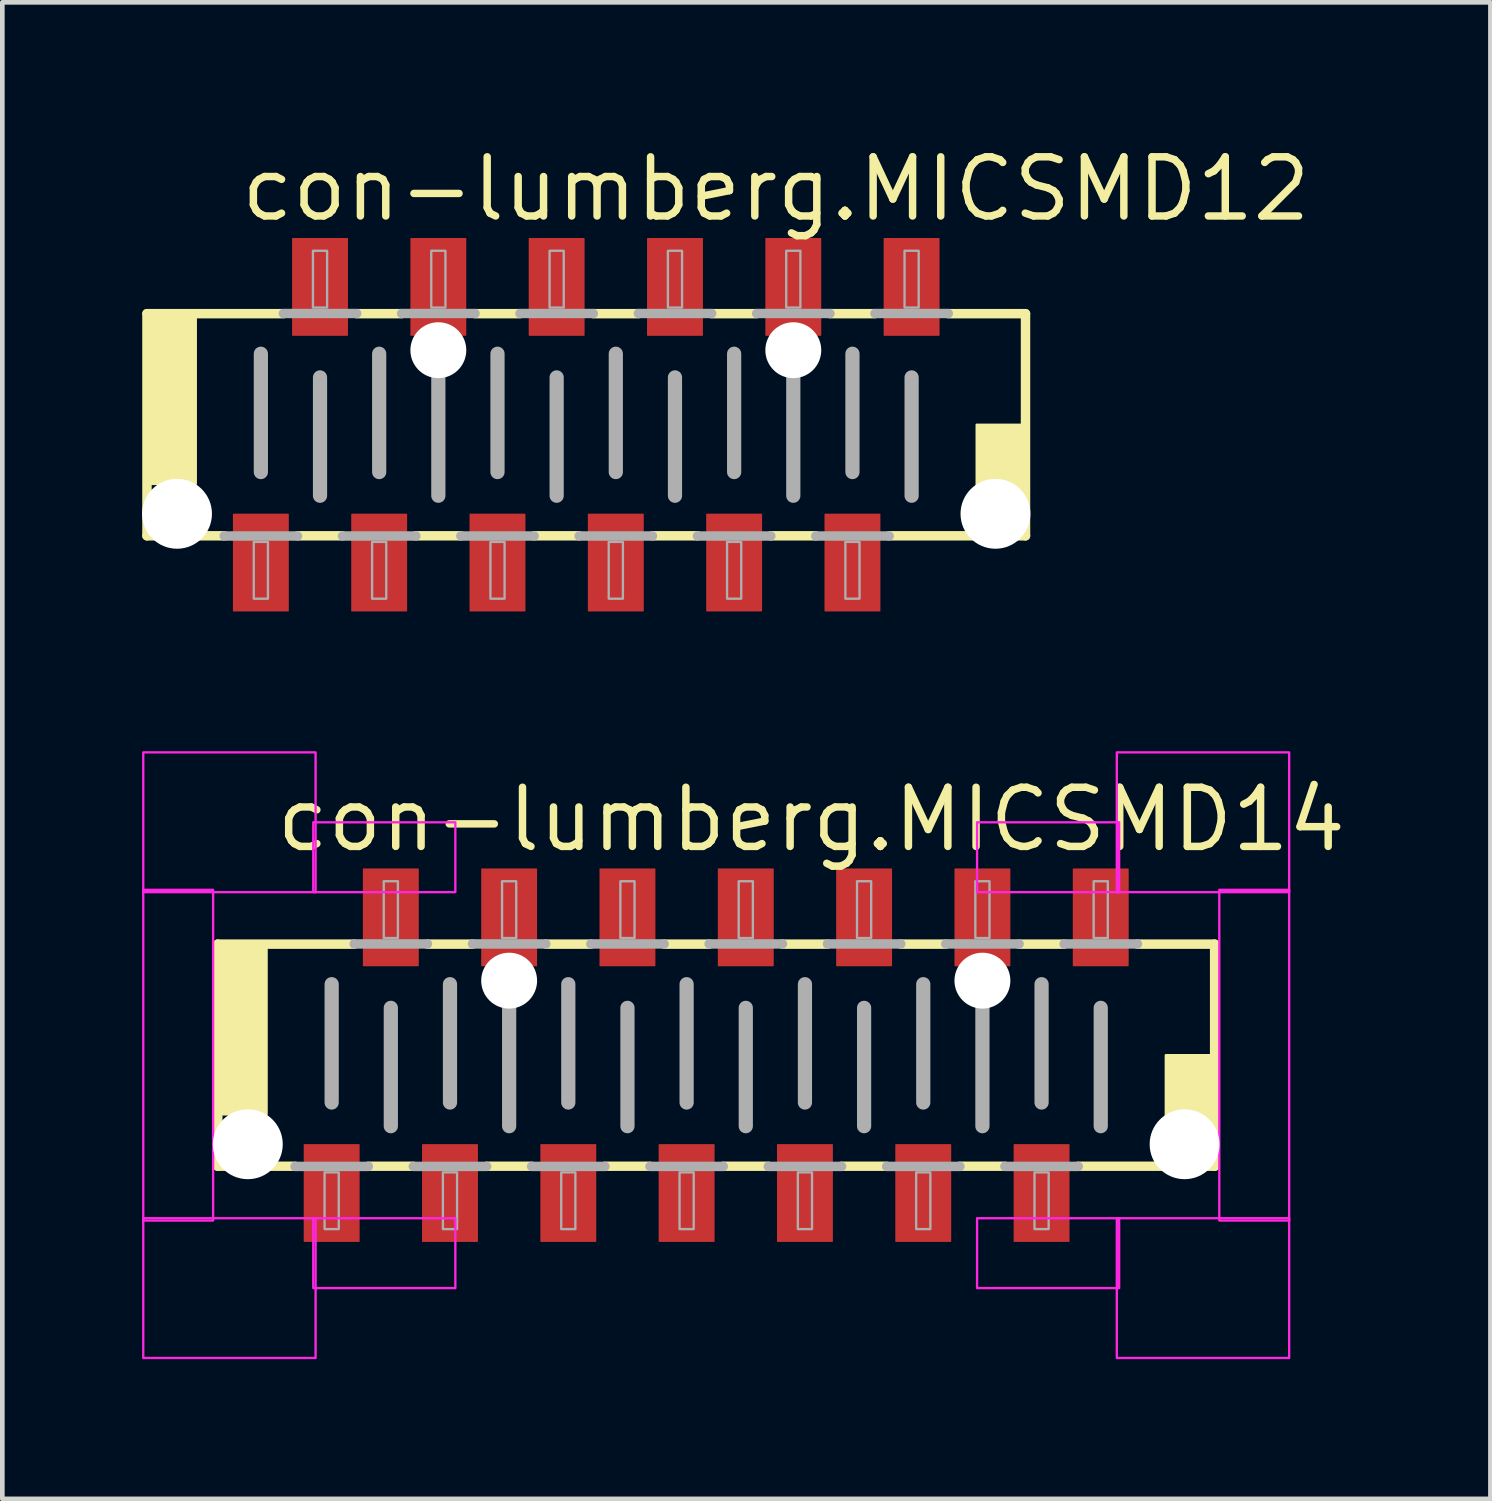
<source format=kicad_pcb>
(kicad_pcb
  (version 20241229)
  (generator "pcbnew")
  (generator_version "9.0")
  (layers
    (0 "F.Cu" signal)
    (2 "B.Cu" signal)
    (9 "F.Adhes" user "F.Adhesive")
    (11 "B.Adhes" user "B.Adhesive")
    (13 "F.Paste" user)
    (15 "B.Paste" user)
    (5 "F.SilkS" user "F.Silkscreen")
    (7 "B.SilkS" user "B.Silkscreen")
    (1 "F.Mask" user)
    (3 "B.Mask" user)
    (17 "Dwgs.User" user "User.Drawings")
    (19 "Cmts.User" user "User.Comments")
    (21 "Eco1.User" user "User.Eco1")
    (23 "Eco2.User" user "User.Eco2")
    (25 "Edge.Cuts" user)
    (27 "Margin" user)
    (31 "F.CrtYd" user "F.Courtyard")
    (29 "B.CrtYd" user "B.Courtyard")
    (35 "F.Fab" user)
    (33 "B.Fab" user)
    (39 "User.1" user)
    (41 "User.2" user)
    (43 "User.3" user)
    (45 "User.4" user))
  (footprint "con-lumberg.MICSMD14"
    (layer "F.Cu")
    (at 12.325 19.602)
    (property "Reference" "con-lumberg.MICSMD14" (at -9.525 -4.318 0) (layer "F.SilkS") (effects (font (size 1.27 1.27) (thickness 0.16)) (justify left bottom)))
    (attr smd)
    (fp_line (start -10.7 -2.384) (end -7.772 -2.384) (stroke (width 0.203) (type default)) (layer "F.SilkS"))
    (fp_line (start -10.7 2.384) (end -10.7 -2.384) (stroke (width 0.203) (type default)) (layer "F.SilkS"))
    (fp_line (start -9.042 2.384) (end -10.7 2.384) (stroke (width 0.203) (type default)) (layer "F.SilkS"))
    (fp_line (start -6.502 2.384) (end -7.468 2.384) (stroke (width 0.203) (type default)) (layer "F.SilkS"))
    (fp_line (start -6.198 -2.384) (end -5.232 -2.384) (stroke (width 0.203) (type default)) (layer "F.SilkS"))
    (fp_line (start -3.962 2.384) (end -4.928 2.384) (stroke (width 0.203) (type default)) (layer "F.SilkS"))
    (fp_line (start -3.658 -2.384) (end -2.692 -2.384) (stroke (width 0.203) (type default)) (layer "F.SilkS"))
    (fp_line (start -1.422 2.384) (end -2.388 2.384) (stroke (width 0.203) (type default)) (layer "F.SilkS"))
    (fp_line (start -1.118 -2.384) (end -0.152 -2.384) (stroke (width 0.203) (type default)) (layer "F.SilkS"))
    (fp_line (start 1.118 2.384) (end 0.152 2.384) (stroke (width 0.203) (type default)) (layer "F.SilkS"))
    (fp_line (start 1.422 -2.384) (end 2.388 -2.384) (stroke (width 0.203) (type default)) (layer "F.SilkS"))
    (fp_line (start 3.658 2.384) (end 2.692 2.384) (stroke (width 0.203) (type default)) (layer "F.SilkS"))
    (fp_line (start 3.962 -2.384) (end 4.928 -2.384) (stroke (width 0.203) (type default)) (layer "F.SilkS"))
    (fp_line (start 6.198 2.384) (end 5.232 2.384) (stroke (width 0.203) (type default)) (layer "F.SilkS"))
    (fp_line (start 6.502 -2.384) (end 7.468 -2.384) (stroke (width 0.203) (type default)) (layer "F.SilkS"))
    (fp_line (start 9.042 -2.384) (end 10.7 -2.384) (stroke (width 0.203) (type default)) (layer "F.SilkS"))
    (fp_line (start 10.7 -2.384) (end 10.7 2.384) (stroke (width 0.203) (type default)) (layer "F.SilkS"))
    (fp_line (start 10.7 2.384) (end 7.772 2.384) (stroke (width 0.203) (type default)) (layer "F.SilkS"))
    (fp_rect (start -10.668 1.27) (end -9.652 -2.286) (stroke (width 0.05) (type default)) (fill yes) (layer "F.SilkS"))
    (fp_rect (start 9.652 2.286) (end 10.668 0) (stroke (width 0.05) (type default)) (fill yes) (layer "F.SilkS"))
    (fp_rect (start -12.3 -3.5) (end -8.6 -6.5) (stroke (width 0.05) (type default)) (fill no) (layer "F.CrtYd"))
    (fp_rect (start -12.3 3.55) (end -10.8 -3.55) (stroke (width 0.05) (type default)) (fill no) (layer "F.CrtYd"))
    (fp_rect (start -12.3 6.5) (end -8.6 3.5) (stroke (width 0.05) (type default)) (fill no) (layer "F.CrtYd"))
    (fp_rect (start -8.65 -3.5) (end -5.6 -5) (stroke (width 0.05) (type default)) (fill no) (layer "F.CrtYd"))
    (fp_rect (start -8.65 5) (end -5.6 3.5) (stroke (width 0.05) (type default)) (fill no) (layer "F.CrtYd"))
    (fp_rect (start 5.6 -3.5) (end 8.65 -5) (stroke (width 0.05) (type default)) (fill no) (layer "F.CrtYd"))
    (fp_rect (start 5.6 5) (end 8.65 3.5) (stroke (width 0.05) (type default)) (fill no) (layer "F.CrtYd"))
    (fp_rect (start 8.6 -3.5) (end 12.3 -6.5) (stroke (width 0.05) (type default)) (fill no) (layer "F.CrtYd"))
    (fp_rect (start 8.6 6.5) (end 12.3 3.5) (stroke (width 0.05) (type default)) (fill no) (layer "F.CrtYd"))
    (fp_rect (start 10.8 3.55) (end 12.3 -3.55) (stroke (width 0.05) (type default)) (fill no) (layer "F.CrtYd"))
    (fp_line (start -8.255 -1.524) (end -8.255 1.016) (stroke (width 0.305) (type default)) (layer "F.Fab"))
    (fp_line (start -7.772 -2.388) (end -6.198 -2.388) (stroke (width 0.203) (type default)) (layer "F.Fab"))
    (fp_line (start -7.468 2.388) (end -9.042 2.388) (stroke (width 0.203) (type default)) (layer "F.Fab"))
    (fp_line (start -6.985 -1.016) (end -6.985 1.524) (stroke (width 0.305) (type default)) (layer "F.Fab"))
    (fp_line (start -5.715 -1.524) (end -5.715 1.016) (stroke (width 0.305) (type default)) (layer "F.Fab"))
    (fp_line (start -5.232 -2.388) (end -3.658 -2.388) (stroke (width 0.203) (type default)) (layer "F.Fab"))
    (fp_line (start -4.928 2.388) (end -6.502 2.388) (stroke (width 0.203) (type default)) (layer "F.Fab"))
    (fp_line (start -4.445 -1.016) (end -4.445 1.524) (stroke (width 0.305) (type default)) (layer "F.Fab"))
    (fp_line (start -3.175 -1.524) (end -3.175 1.016) (stroke (width 0.305) (type default)) (layer "F.Fab"))
    (fp_line (start -2.692 -2.388) (end -1.118 -2.388) (stroke (width 0.203) (type default)) (layer "F.Fab"))
    (fp_line (start -2.388 2.388) (end -3.962 2.388) (stroke (width 0.203) (type default)) (layer "F.Fab"))
    (fp_line (start -1.905 -1.016) (end -1.905 1.524) (stroke (width 0.305) (type default)) (layer "F.Fab"))
    (fp_line (start -0.635 -1.524) (end -0.635 1.016) (stroke (width 0.305) (type default)) (layer "F.Fab"))
    (fp_line (start -0.152 -2.388) (end 1.422 -2.388) (stroke (width 0.203) (type default)) (layer "F.Fab"))
    (fp_line (start 0.152 2.388) (end -1.422 2.388) (stroke (width 0.203) (type default)) (layer "F.Fab"))
    (fp_line (start 0.635 -1.016) (end 0.635 1.524) (stroke (width 0.305) (type default)) (layer "F.Fab"))
    (fp_line (start 1.905 -1.524) (end 1.905 1.016) (stroke (width 0.305) (type default)) (layer "F.Fab"))
    (fp_line (start 2.388 -2.388) (end 3.962 -2.388) (stroke (width 0.203) (type default)) (layer "F.Fab"))
    (fp_line (start 2.692 2.388) (end 1.118 2.388) (stroke (width 0.203) (type default)) (layer "F.Fab"))
    (fp_line (start 3.175 -1.016) (end 3.175 1.524) (stroke (width 0.305) (type default)) (layer "F.Fab"))
    (fp_line (start 4.445 -1.524) (end 4.445 1.016) (stroke (width 0.305) (type default)) (layer "F.Fab"))
    (fp_line (start 4.928 -2.388) (end 6.502 -2.388) (stroke (width 0.203) (type default)) (layer "F.Fab"))
    (fp_line (start 5.232 2.388) (end 3.658 2.388) (stroke (width 0.203) (type default)) (layer "F.Fab"))
    (fp_line (start 5.715 -1.016) (end 5.715 1.524) (stroke (width 0.305) (type default)) (layer "F.Fab"))
    (fp_line (start 6.985 -1.524) (end 6.985 1.016) (stroke (width 0.305) (type default)) (layer "F.Fab"))
    (fp_line (start 7.468 -2.388) (end 9.042 -2.388) (stroke (width 0.203) (type default)) (layer "F.Fab"))
    (fp_line (start 7.772 2.388) (end 6.198 2.388) (stroke (width 0.203) (type default)) (layer "F.Fab"))
    (fp_line (start 8.255 -1.016) (end 8.255 1.524) (stroke (width 0.305) (type default)) (layer "F.Fab"))
    (fp_rect (start -8.407 3.734) (end -8.103 2.515) (stroke (width 0.05) (type default)) (fill no) (layer "F.Fab"))
    (fp_rect (start -7.137 -2.515) (end -6.833 -3.734) (stroke (width 0.05) (type default)) (fill no) (layer "F.Fab"))
    (fp_rect (start -5.867 3.734) (end -5.563 2.515) (stroke (width 0.05) (type default)) (fill no) (layer "F.Fab"))
    (fp_rect (start -4.597 -2.515) (end -4.293 -3.734) (stroke (width 0.05) (type default)) (fill no) (layer "F.Fab"))
    (fp_rect (start -3.327 3.734) (end -3.023 2.515) (stroke (width 0.05) (type default)) (fill no) (layer "F.Fab"))
    (fp_rect (start -2.057 -2.515) (end -1.753 -3.734) (stroke (width 0.05) (type default)) (fill no) (layer "F.Fab"))
    (fp_rect (start -0.787 3.734) (end -0.483 2.515) (stroke (width 0.05) (type default)) (fill no) (layer "F.Fab"))
    (fp_rect (start 0.483 -2.515) (end 0.787 -3.734) (stroke (width 0.05) (type default)) (fill no) (layer "F.Fab"))
    (fp_rect (start 1.753 3.734) (end 2.057 2.515) (stroke (width 0.05) (type default)) (fill no) (layer "F.Fab"))
    (fp_rect (start 3.023 -2.515) (end 3.327 -3.734) (stroke (width 0.05) (type default)) (fill no) (layer "F.Fab"))
    (fp_rect (start 4.293 3.734) (end 4.597 2.515) (stroke (width 0.05) (type default)) (fill no) (layer "F.Fab"))
    (fp_rect (start 5.563 -2.515) (end 5.867 -3.734) (stroke (width 0.05) (type default)) (fill no) (layer "F.Fab"))
    (fp_rect (start 6.833 3.734) (end 7.137 2.515) (stroke (width 0.05) (type default)) (fill no) (layer "F.Fab"))
    (fp_rect (start 8.103 -2.515) (end 8.407 -3.734) (stroke (width 0.05) (type default)) (fill no) (layer "F.Fab"))
    (pad "" np_thru_hole circle (at -10.055 1.912) (size 1.5 1.5) (drill 1.5) (layers "*.Cu" "*.Mask"))
    (pad "" np_thru_hole circle (at -4.445 -1.6) (size 1.2 1.2) (drill 1.2) (layers "*.Cu" "*.Mask"))
    (pad "" np_thru_hole circle (at 5.715 -1.6) (size 1.2 1.2) (drill 1.2) (layers "*.Cu" "*.Mask"))
    (pad "" np_thru_hole circle (at 10.055 1.912) (size 1.5 1.5) (drill 1.5) (layers "*.Cu" "*.Mask"))
    (pad "1" smd roundrect (at -8.255 2.959) (size 1.2 2.1) (layers "F.Cu" "F.Mask" "F.Paste") (roundrect_rratio 0.01))
    (pad "2" smd roundrect (at -6.985 -2.959) (size 1.2 2.1) (layers "F.Cu" "F.Mask" "F.Paste") (roundrect_rratio 0.01))
    (pad "3" smd roundrect (at -5.715 2.959) (size 1.2 2.1) (layers "F.Cu" "F.Mask" "F.Paste") (roundrect_rratio 0.01))
    (pad "4" smd roundrect (at -4.445 -2.959) (size 1.2 2.1) (layers "F.Cu" "F.Mask" "F.Paste") (roundrect_rratio 0.01))
    (pad "5" smd roundrect (at -3.175 2.959) (size 1.2 2.1) (layers "F.Cu" "F.Mask" "F.Paste") (roundrect_rratio 0.01))
    (pad "6" smd roundrect (at -1.905 -2.959) (size 1.2 2.1) (layers "F.Cu" "F.Mask" "F.Paste") (roundrect_rratio 0.01))
    (pad "7" smd roundrect (at -0.635 2.959) (size 1.2 2.1) (layers "F.Cu" "F.Mask" "F.Paste") (roundrect_rratio 0.01))
    (pad "8" smd roundrect (at 0.635 -2.959) (size 1.2 2.1) (layers "F.Cu" "F.Mask" "F.Paste") (roundrect_rratio 0.01))
    (pad "9" smd roundrect (at 1.905 2.959) (size 1.2 2.1) (layers "F.Cu" "F.Mask" "F.Paste") (roundrect_rratio 0.01))
    (pad "10" smd roundrect (at 3.175 -2.959) (size 1.2 2.1) (layers "F.Cu" "F.Mask" "F.Paste") (roundrect_rratio 0.01))
    (pad "11" smd roundrect (at 4.445 2.959) (size 1.2 2.1) (layers "F.Cu" "F.Mask" "F.Paste") (roundrect_rratio 0.01))
    (pad "12" smd roundrect (at 5.715 -2.959) (size 1.2 2.1) (layers "F.Cu" "F.Mask" "F.Paste") (roundrect_rratio 0.01))
    (pad "13" smd roundrect (at 6.985 2.959) (size 1.2 2.1) (layers "F.Cu" "F.Mask" "F.Paste") (roundrect_rratio 0.01))
    (pad "14" smd roundrect (at 8.255 -2.959) (size 1.2 2.1) (layers "F.Cu" "F.Mask" "F.Paste") (roundrect_rratio 0.01)))
  (footprint "con-lumberg.MICSMD12"
    (layer "F.Cu")
    (at 9.535 6.068)
    (property "Reference" "con-lumberg.MICSMD12" (at -7.493 -4.318 0) (layer "F.SilkS") (effects (font (size 1.27 1.27) (thickness 0.16)) (justify left bottom)))
    (attr smd)
    (fp_line (start -9.43 -2.384) (end -6.502 -2.384) (stroke (width 0.203) (type default)) (layer "F.SilkS"))
    (fp_line (start -9.43 2.384) (end -9.43 -2.384) (stroke (width 0.203) (type default)) (layer "F.SilkS"))
    (fp_line (start -7.772 2.384) (end -9.43 2.384) (stroke (width 0.203) (type default)) (layer "F.SilkS"))
    (fp_line (start -5.232 2.384) (end -6.198 2.384) (stroke (width 0.203) (type default)) (layer "F.SilkS"))
    (fp_line (start -4.928 -2.384) (end -3.962 -2.384) (stroke (width 0.203) (type default)) (layer "F.SilkS"))
    (fp_line (start -2.692 2.384) (end -3.658 2.384) (stroke (width 0.203) (type default)) (layer "F.SilkS"))
    (fp_line (start -2.388 -2.384) (end -1.422 -2.384) (stroke (width 0.203) (type default)) (layer "F.SilkS"))
    (fp_line (start -0.152 2.384) (end -1.118 2.384) (stroke (width 0.203) (type default)) (layer "F.SilkS"))
    (fp_line (start 0.152 -2.384) (end 1.118 -2.384) (stroke (width 0.203) (type default)) (layer "F.SilkS"))
    (fp_line (start 2.388 2.384) (end 1.422 2.384) (stroke (width 0.203) (type default)) (layer "F.SilkS"))
    (fp_line (start 2.692 -2.384) (end 3.658 -2.384) (stroke (width 0.203) (type default)) (layer "F.SilkS"))
    (fp_line (start 4.928 2.384) (end 3.962 2.384) (stroke (width 0.203) (type default)) (layer "F.SilkS"))
    (fp_line (start 5.232 -2.384) (end 6.198 -2.384) (stroke (width 0.203) (type default)) (layer "F.SilkS"))
    (fp_line (start 7.772 -2.384) (end 9.43 -2.384) (stroke (width 0.203) (type default)) (layer "F.SilkS"))
    (fp_line (start 9.43 -2.384) (end 9.43 2.384) (stroke (width 0.203) (type default)) (layer "F.SilkS"))
    (fp_line (start 9.43 2.384) (end 6.502 2.384) (stroke (width 0.203) (type default)) (layer "F.SilkS"))
    (fp_rect (start -9.398 1.27) (end -8.382 -2.286) (stroke (width 0.05) (type default)) (fill yes) (layer "F.SilkS"))
    (fp_rect (start 8.382 2.286) (end 9.398 0) (stroke (width 0.05) (type default)) (fill yes) (layer "F.SilkS"))
    (fp_line (start -6.985 -1.524) (end -6.985 1.016) (stroke (width 0.305) (type default)) (layer "F.Fab"))
    (fp_line (start -6.502 -2.388) (end -4.928 -2.388) (stroke (width 0.203) (type default)) (layer "F.Fab"))
    (fp_line (start -6.198 2.388) (end -7.772 2.388) (stroke (width 0.203) (type default)) (layer "F.Fab"))
    (fp_line (start -5.715 -1.016) (end -5.715 1.524) (stroke (width 0.305) (type default)) (layer "F.Fab"))
    (fp_line (start -4.445 -1.524) (end -4.445 1.016) (stroke (width 0.305) (type default)) (layer "F.Fab"))
    (fp_line (start -3.962 -2.388) (end -2.388 -2.388) (stroke (width 0.203) (type default)) (layer "F.Fab"))
    (fp_line (start -3.658 2.388) (end -5.232 2.388) (stroke (width 0.203) (type default)) (layer "F.Fab"))
    (fp_line (start -3.175 -1.016) (end -3.175 1.524) (stroke (width 0.305) (type default)) (layer "F.Fab"))
    (fp_line (start -1.905 -1.524) (end -1.905 1.016) (stroke (width 0.305) (type default)) (layer "F.Fab"))
    (fp_line (start -1.422 -2.388) (end 0.152 -2.388) (stroke (width 0.203) (type default)) (layer "F.Fab"))
    (fp_line (start -1.118 2.388) (end -2.692 2.388) (stroke (width 0.203) (type default)) (layer "F.Fab"))
    (fp_line (start -0.635 -1.016) (end -0.635 1.524) (stroke (width 0.305) (type default)) (layer "F.Fab"))
    (fp_line (start 0.635 -1.524) (end 0.635 1.016) (stroke (width 0.305) (type default)) (layer "F.Fab"))
    (fp_line (start 1.118 -2.388) (end 2.692 -2.388) (stroke (width 0.203) (type default)) (layer "F.Fab"))
    (fp_line (start 1.422 2.388) (end -0.152 2.388) (stroke (width 0.203) (type default)) (layer "F.Fab"))
    (fp_line (start 1.905 -1.016) (end 1.905 1.524) (stroke (width 0.305) (type default)) (layer "F.Fab"))
    (fp_line (start 3.175 -1.524) (end 3.175 1.016) (stroke (width 0.305) (type default)) (layer "F.Fab"))
    (fp_line (start 3.658 -2.388) (end 5.232 -2.388) (stroke (width 0.203) (type default)) (layer "F.Fab"))
    (fp_line (start 3.962 2.388) (end 2.388 2.388) (stroke (width 0.203) (type default)) (layer "F.Fab"))
    (fp_line (start 4.445 -1.016) (end 4.445 1.524) (stroke (width 0.305) (type default)) (layer "F.Fab"))
    (fp_line (start 5.715 -1.524) (end 5.715 1.016) (stroke (width 0.305) (type default)) (layer "F.Fab"))
    (fp_line (start 6.198 -2.388) (end 7.772 -2.388) (stroke (width 0.203) (type default)) (layer "F.Fab"))
    (fp_line (start 6.502 2.388) (end 4.928 2.388) (stroke (width 0.203) (type default)) (layer "F.Fab"))
    (fp_line (start 6.985 -1.016) (end 6.985 1.524) (stroke (width 0.305) (type default)) (layer "F.Fab"))
    (fp_rect (start -7.137 3.734) (end -6.833 2.515) (stroke (width 0.05) (type default)) (fill no) (layer "F.Fab"))
    (fp_rect (start -5.867 -2.515) (end -5.563 -3.734) (stroke (width 0.05) (type default)) (fill no) (layer "F.Fab"))
    (fp_rect (start -4.597 3.734) (end -4.293 2.515) (stroke (width 0.05) (type default)) (fill no) (layer "F.Fab"))
    (fp_rect (start -3.327 -2.515) (end -3.023 -3.734) (stroke (width 0.05) (type default)) (fill no) (layer "F.Fab"))
    (fp_rect (start -2.057 3.734) (end -1.753 2.515) (stroke (width 0.05) (type default)) (fill no) (layer "F.Fab"))
    (fp_rect (start -0.787 -2.515) (end -0.483 -3.734) (stroke (width 0.05) (type default)) (fill no) (layer "F.Fab"))
    (fp_rect (start 0.483 3.734) (end 0.787 2.515) (stroke (width 0.05) (type default)) (fill no) (layer "F.Fab"))
    (fp_rect (start 1.753 -2.515) (end 2.057 -3.734) (stroke (width 0.05) (type default)) (fill no) (layer "F.Fab"))
    (fp_rect (start 3.023 3.734) (end 3.327 2.515) (stroke (width 0.05) (type default)) (fill no) (layer "F.Fab"))
    (fp_rect (start 4.293 -2.515) (end 4.597 -3.734) (stroke (width 0.05) (type default)) (fill no) (layer "F.Fab"))
    (fp_rect (start 5.563 3.734) (end 5.867 2.515) (stroke (width 0.05) (type default)) (fill no) (layer "F.Fab"))
    (fp_rect (start 6.833 -2.515) (end 7.137 -3.734) (stroke (width 0.05) (type default)) (fill no) (layer "F.Fab"))
    (pad "" np_thru_hole circle (at -8.785 1.912) (size 1.5 1.5) (drill 1.5) (layers "*.Cu" "*.Mask"))
    (pad "" np_thru_hole circle (at -3.175 -1.6) (size 1.2 1.2) (drill 1.2) (layers "*.Cu" "*.Mask"))
    (pad "" np_thru_hole circle (at 4.445 -1.6) (size 1.2 1.2) (drill 1.2) (layers "*.Cu" "*.Mask"))
    (pad "" np_thru_hole circle (at 8.785 1.912) (size 1.5 1.5) (drill 1.5) (layers "*.Cu" "*.Mask"))
    (pad "1" smd roundrect (at -6.985 2.959) (size 1.2 2.1) (layers "F.Cu" "F.Mask" "F.Paste") (roundrect_rratio 0.01))
    (pad "2" smd roundrect (at -5.715 -2.959) (size 1.2 2.1) (layers "F.Cu" "F.Mask" "F.Paste") (roundrect_rratio 0.01))
    (pad "3" smd roundrect (at -4.445 2.959) (size 1.2 2.1) (layers "F.Cu" "F.Mask" "F.Paste") (roundrect_rratio 0.01))
    (pad "4" smd roundrect (at -3.175 -2.959) (size 1.2 2.1) (layers "F.Cu" "F.Mask" "F.Paste") (roundrect_rratio 0.01))
    (pad "5" smd roundrect (at -1.905 2.959) (size 1.2 2.1) (layers "F.Cu" "F.Mask" "F.Paste") (roundrect_rratio 0.01))
    (pad "6" smd roundrect (at -0.635 -2.959) (size 1.2 2.1) (layers "F.Cu" "F.Mask" "F.Paste") (roundrect_rratio 0.01))
    (pad "7" smd roundrect (at 0.635 2.959) (size 1.2 2.1) (layers "F.Cu" "F.Mask" "F.Paste") (roundrect_rratio 0.01))
    (pad "8" smd roundrect (at 1.905 -2.959) (size 1.2 2.1) (layers "F.Cu" "F.Mask" "F.Paste") (roundrect_rratio 0.01))
    (pad "9" smd roundrect (at 3.175 2.959) (size 1.2 2.1) (layers "F.Cu" "F.Mask" "F.Paste") (roundrect_rratio 0.01))
    (pad "10" smd roundrect (at 4.445 -2.959) (size 1.2 2.1) (layers "F.Cu" "F.Mask" "F.Paste") (roundrect_rratio 0.01))
    (pad "11" smd roundrect (at 5.715 2.959) (size 1.2 2.1) (layers "F.Cu" "F.Mask" "F.Paste") (roundrect_rratio 0.01))
    (pad "12" smd roundrect (at 6.985 -2.959) (size 1.2 2.1) (layers "F.Cu" "F.Mask" "F.Paste") (roundrect_rratio 0.01)))
  (gr_rect
    (start -3 -3)
    (end 28.946 29.127)
    (stroke (width 0.1) (type default))
    (fill no)
    (layer "Edge.Cuts")))
</source>
